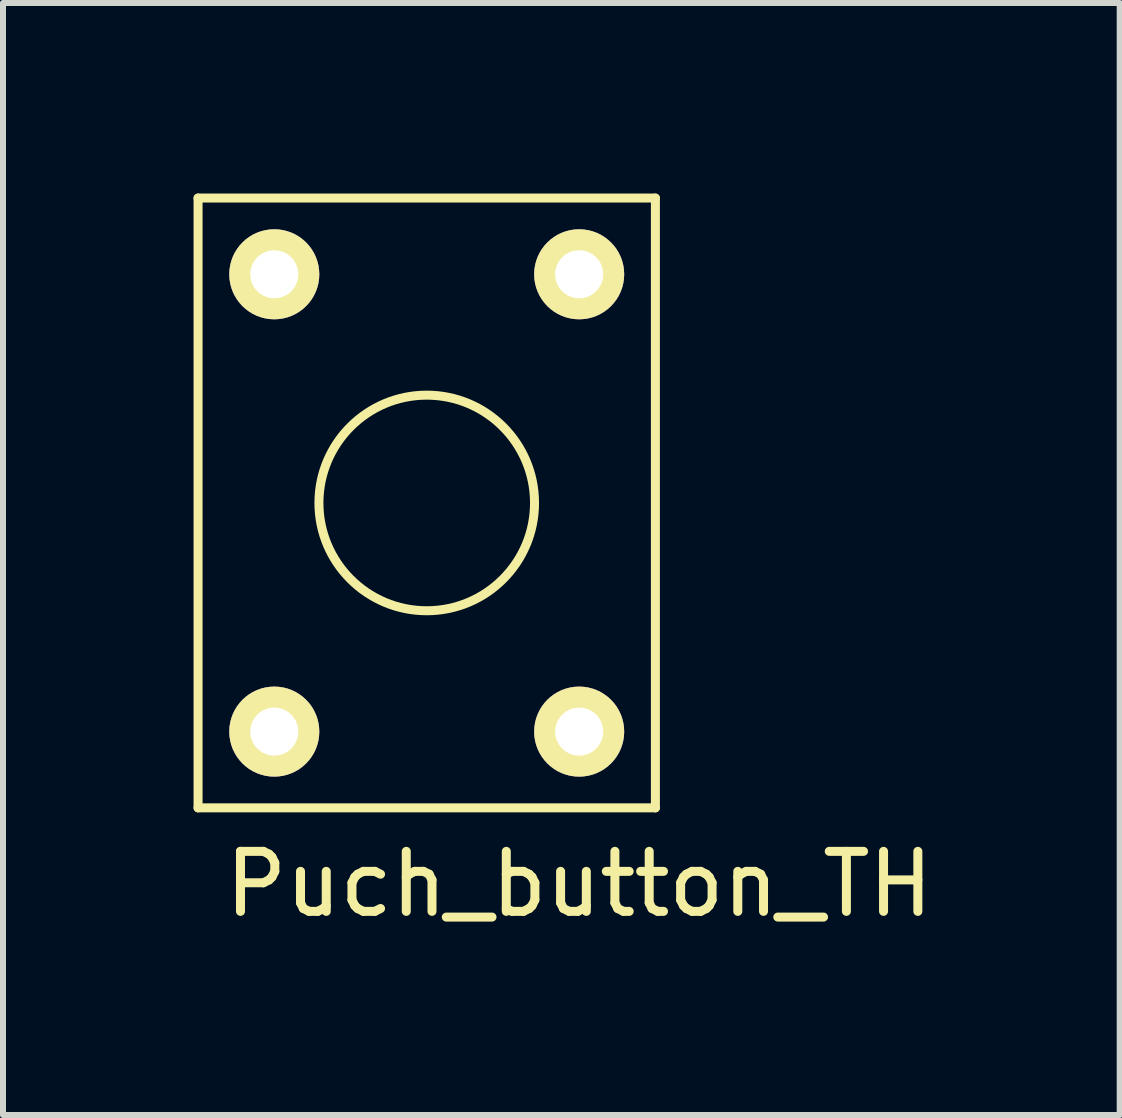
<source format=kicad_pcb>
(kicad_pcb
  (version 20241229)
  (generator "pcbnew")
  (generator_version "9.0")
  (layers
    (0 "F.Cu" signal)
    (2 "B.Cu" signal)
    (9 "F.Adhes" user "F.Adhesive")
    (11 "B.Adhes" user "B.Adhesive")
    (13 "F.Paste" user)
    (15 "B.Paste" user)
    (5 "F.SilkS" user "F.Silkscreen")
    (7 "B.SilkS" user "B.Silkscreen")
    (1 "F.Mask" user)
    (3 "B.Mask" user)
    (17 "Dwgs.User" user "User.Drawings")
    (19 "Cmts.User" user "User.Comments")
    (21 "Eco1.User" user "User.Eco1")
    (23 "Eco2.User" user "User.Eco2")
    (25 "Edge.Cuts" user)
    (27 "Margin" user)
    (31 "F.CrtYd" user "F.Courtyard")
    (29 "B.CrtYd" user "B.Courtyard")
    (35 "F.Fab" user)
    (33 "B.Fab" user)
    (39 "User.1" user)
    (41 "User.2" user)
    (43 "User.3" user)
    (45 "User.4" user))
  (footprint "Puch_button_TH"
    (layer "F.Cu")
    (at 0.25 0.25)
    (property "Reference" "Puch_button_TH" (at 6.35 11.43 0) (layer "F.SilkS") (effects (font (size 1 1) (thickness 0.15))))
    (attr through_hole)
    (fp_line (start 0 0) (end 7.62 0) (stroke (width 0.15) (type solid)) (layer "F.SilkS"))
    (fp_line (start 0 10.16) (end 0 0) (stroke (width 0.15) (type solid)) (layer "F.SilkS"))
    (fp_line (start 7.62 0) (end 7.62 10.16) (stroke (width 0.15) (type solid)) (layer "F.SilkS"))
    (fp_line (start 7.62 10.16) (end 0 10.16) (stroke (width 0.15) (type solid)) (layer "F.SilkS"))
    (fp_circle (center 3.81 5.08) (end 5.08 6.35) (stroke (width 0.15) (type solid)) (fill no) (layer "F.SilkS"))
    (pad "1" thru_hole circle (at 1.27 1.27) (size 1.5 1.5) (drill 0.8) (layers "*.Cu" "*.Mask" "F.SilkS"))
    (pad "1" thru_hole circle (at 1.27 8.89) (size 1.5 1.5) (drill 0.8) (layers "*.Cu" "*.Mask" "F.SilkS"))
    (pad "2" thru_hole circle (at 6.35 1.27) (size 1.5 1.5) (drill 0.8) (layers "*.Cu" "*.Mask" "F.SilkS"))
    (pad "2" thru_hole circle (at 6.35 8.89) (size 1.5 1.5) (drill 0.8) (layers "*.Cu" "*.Mask" "F.SilkS")))
  (gr_rect
    (start -3 -3)
    (end 15.606 15.528)
    (stroke (width 0.1) (type default))
    (fill no)
    (layer "Edge.Cuts")))
</source>
